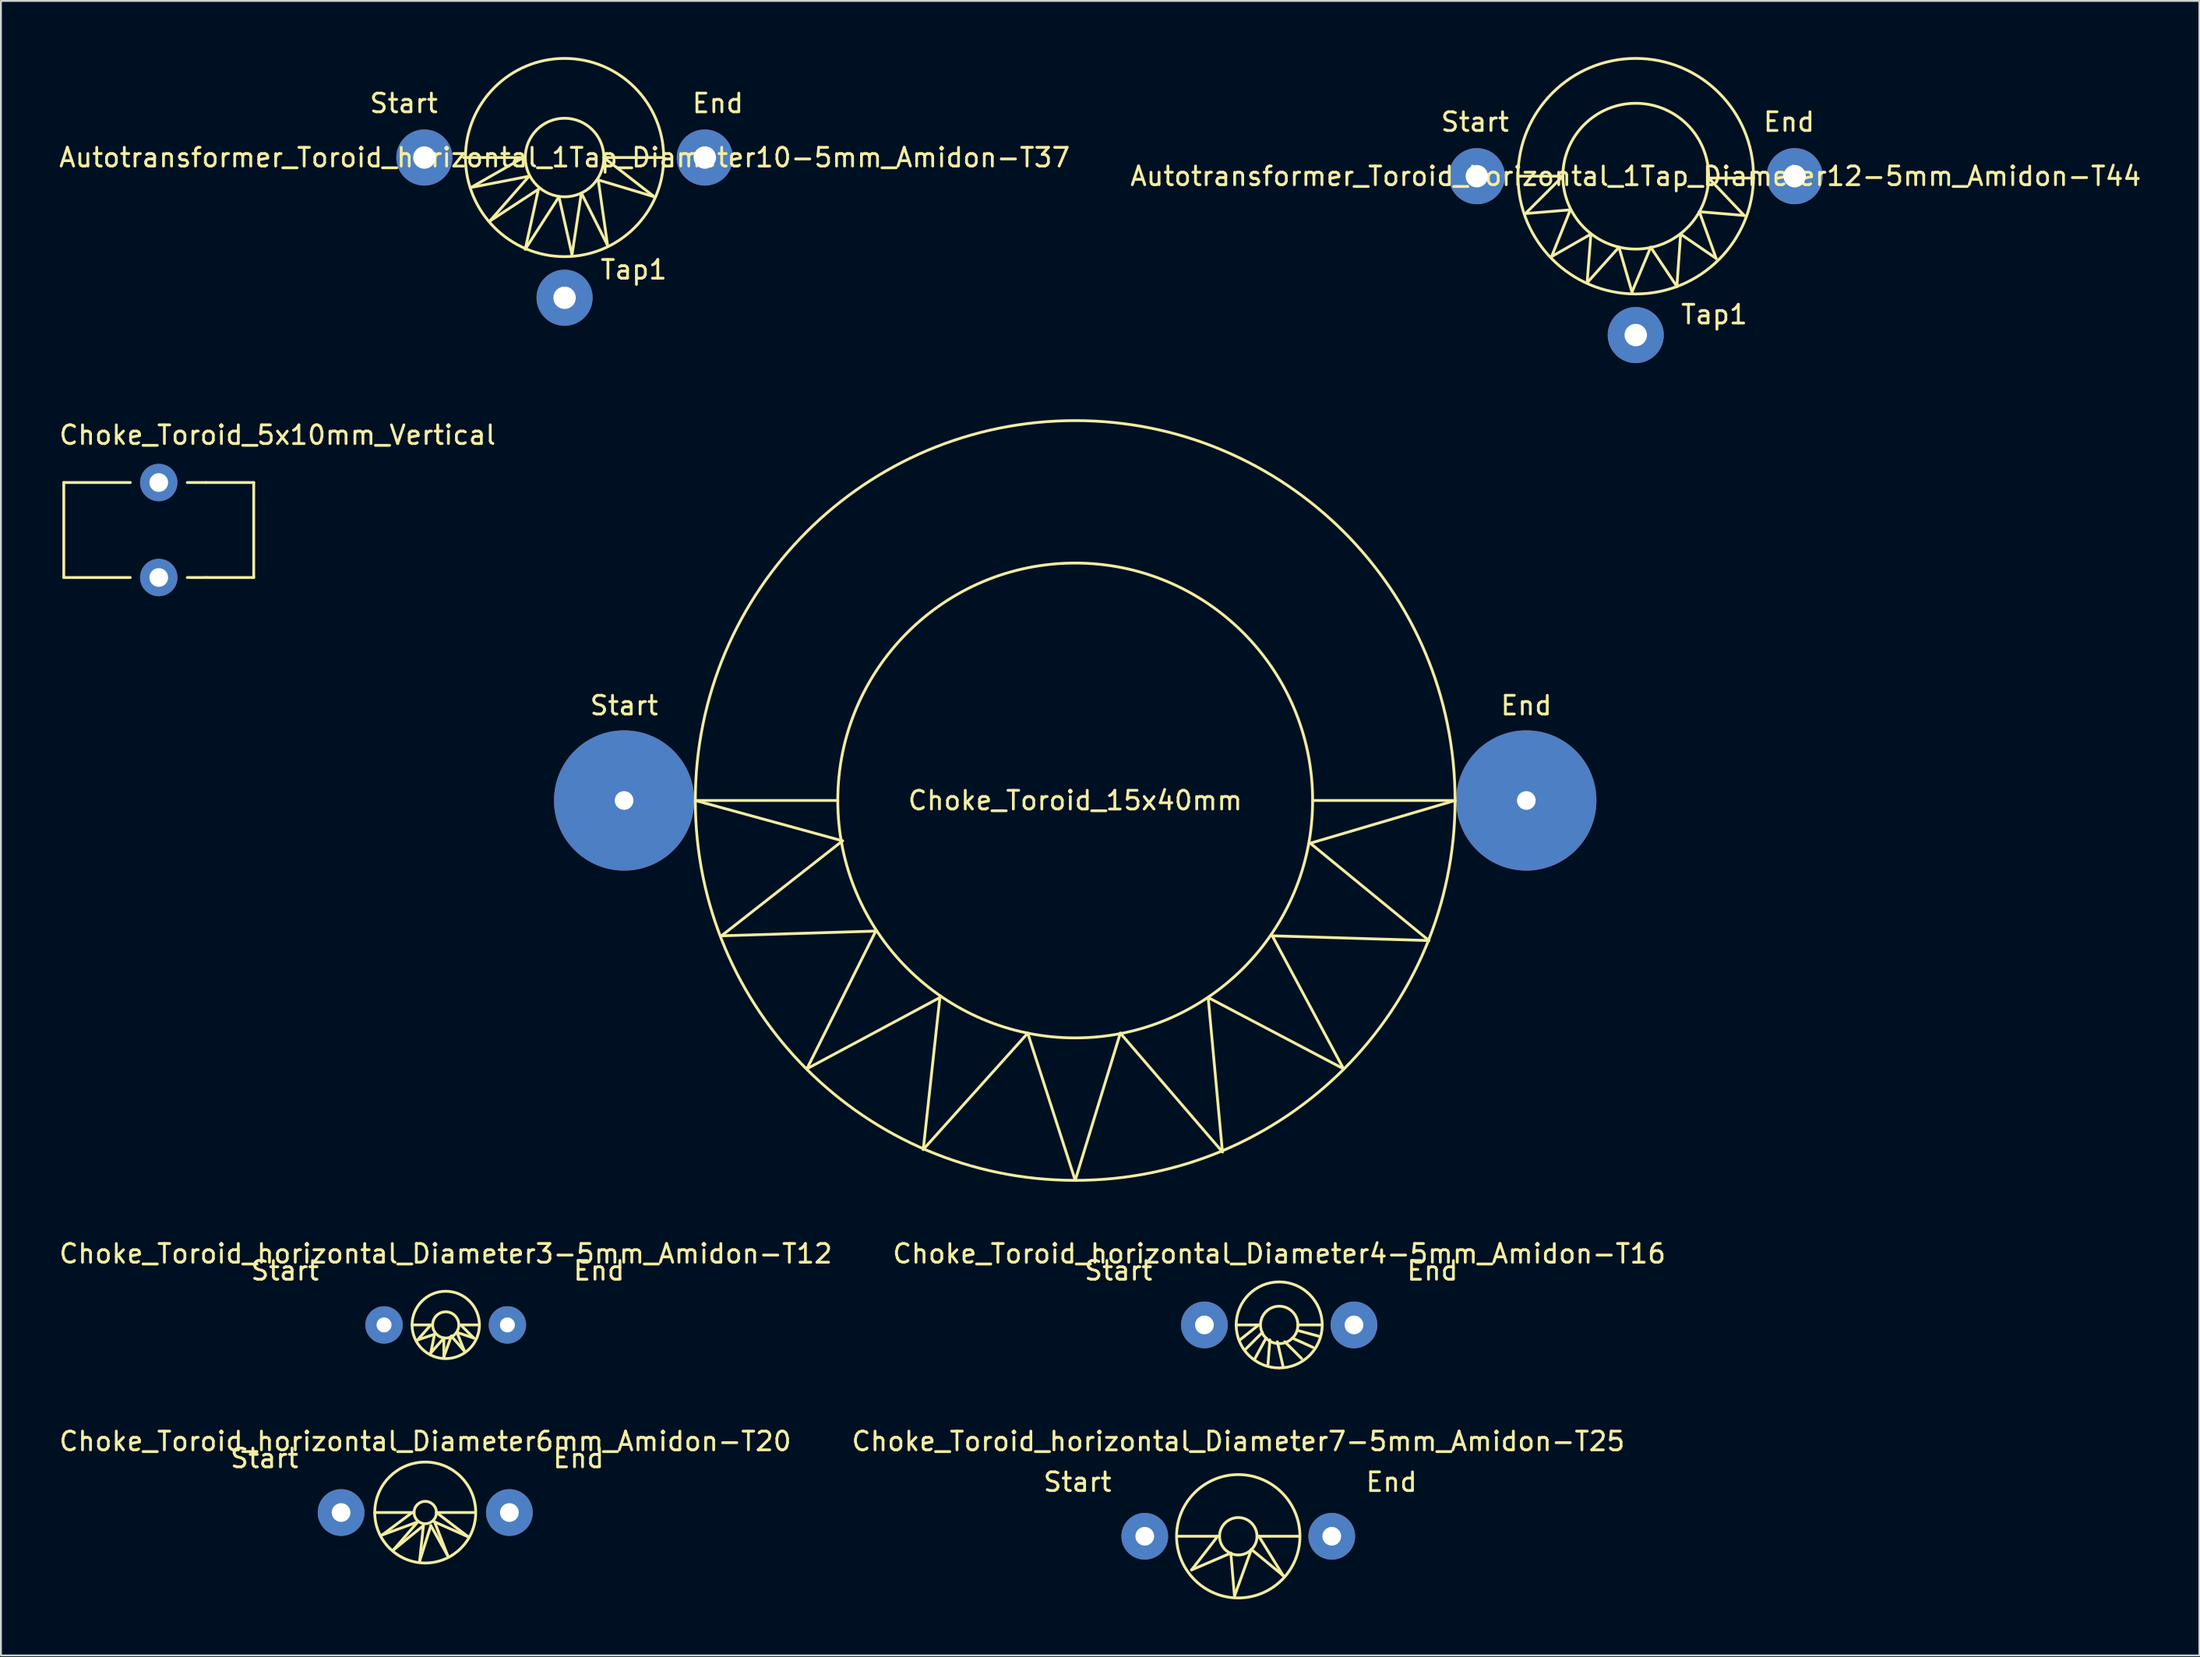
<source format=kicad_pcb>
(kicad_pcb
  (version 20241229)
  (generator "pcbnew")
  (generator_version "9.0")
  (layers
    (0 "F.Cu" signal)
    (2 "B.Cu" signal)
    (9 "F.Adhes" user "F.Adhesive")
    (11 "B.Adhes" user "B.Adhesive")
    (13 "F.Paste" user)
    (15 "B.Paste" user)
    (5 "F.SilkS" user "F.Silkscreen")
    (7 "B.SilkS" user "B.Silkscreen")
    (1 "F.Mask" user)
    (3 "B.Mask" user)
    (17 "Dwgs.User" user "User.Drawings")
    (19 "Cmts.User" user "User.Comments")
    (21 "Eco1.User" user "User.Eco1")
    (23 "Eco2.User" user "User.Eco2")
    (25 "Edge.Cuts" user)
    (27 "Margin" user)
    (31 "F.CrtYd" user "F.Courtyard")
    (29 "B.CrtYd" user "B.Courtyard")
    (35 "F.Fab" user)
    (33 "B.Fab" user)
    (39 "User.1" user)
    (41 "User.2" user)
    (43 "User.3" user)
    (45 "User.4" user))
  (footprint "Choke_Toroid_5x10mm_Vertical"
    (layer "F.Cu")
    (at 0.362 27.841)
    (property "Reference" "Choke_Toroid_5x10mm_Vertical" (at 11.43 -7.62 0) (layer "F.SilkS") (effects (font (size 1 1) (thickness 0.15))))
    (attr through_hole)
    (fp_line (start 0 -5.08) (end 0 0) (stroke (width 0.15) (type solid)) (layer "F.SilkS"))
    (fp_line (start 0 -5.08) (end 3.556 -5.08) (stroke (width 0.15) (type solid)) (layer "F.SilkS"))
    (fp_line (start 0 0) (end 3.556 0) (stroke (width 0.15) (type solid)) (layer "F.SilkS"))
    (fp_line (start 7.62 -5.08) (end 6.604 -5.08) (stroke (width 0.15) (type solid)) (layer "F.SilkS"))
    (fp_line (start 7.62 0) (end 6.604 0) (stroke (width 0.15) (type solid)) (layer "F.SilkS"))
    (fp_line (start 10.16 -5.08) (end 7.62 -5.08) (stroke (width 0.15) (type solid)) (layer "F.SilkS"))
    (fp_line (start 10.16 0) (end 7.62 0) (stroke (width 0.15) (type solid)) (layer "F.SilkS"))
    (fp_line (start 10.16 0) (end 10.16 -5.08) (stroke (width 0.15) (type solid)) (layer "F.SilkS"))
    (pad "1" thru_hole circle (at 5.08 0) (size 1.999 1.999) (drill 1.001) (layers "*.Cu" "*.Mask"))
    (pad "2" thru_hole circle (at 5.08 -5.08) (size 1.999 1.999) (drill 1.001) (layers "*.Cu" "*.Mask")))
  (footprint "Choke_Toroid_horizontal_Diameter7-5mm_Amidon-T25"
    (layer "F.Cu")
    (at 63.185 79.126)
    (property "Reference" "Choke_Toroid_horizontal_Diameter7-5mm_Amidon-T25" (at 0 -5.08 0) (layer "F.SilkS") (effects (font (size 1 1) (thickness 0.15))))
    (attr through_hole)
    (fp_line (start -3.2 0) (end -1.1 0) (stroke (width 0.15) (type solid)) (layer "F.SilkS"))
    (fp_line (start -2.499 1.801) (end -0.399 0.899) (stroke (width 0.15) (type solid)) (layer "F.SilkS"))
    (fp_line (start -1.1 0) (end -2.499 1.801) (stroke (width 0.15) (type solid)) (layer "F.SilkS"))
    (fp_line (start -0.399 0.899) (end -0.201 3.2) (stroke (width 0.15) (type solid)) (layer "F.SilkS"))
    (fp_line (start -0.201 3.2) (end 0.701 0.701) (stroke (width 0.15) (type solid)) (layer "F.SilkS"))
    (fp_line (start 0.701 0.701) (end 2.4 2.101) (stroke (width 0.15) (type solid)) (layer "F.SilkS"))
    (fp_line (start 1.1 0) (end 3.2 0) (stroke (width 0.15) (type solid)) (layer "F.SilkS"))
    (fp_line (start 2.4 2.101) (end 1.1 0) (stroke (width 0.15) (type solid)) (layer "F.SilkS"))
    (fp_circle (center 0 0) (end 1.001 0) (stroke (width 0.15) (type solid)) (fill no) (layer "F.SilkS"))
    (fp_circle (center 0 0) (end 3.299 0) (stroke (width 0.15) (type solid)) (fill no) (layer "F.SilkS"))
    (fp_text user "Start" (at -8.6 -2.901 0) (layer "F.SilkS") (effects (font (size 1 1) (thickness 0.15))))
    (fp_text user "End" (at 8.199 -2.901 0) (layer "F.SilkS") (effects (font (size 1 1) (thickness 0.15))))
    (pad "1" thru_hole circle (at -5.001 0) (size 2.499 2.499) (drill 1.001) (layers "*.Cu" "*.Mask"))
    (pad "2" thru_hole circle (at 5.001 0) (size 2.499 2.499) (drill 1.001) (layers "*.Cu" "*.Mask")))
  (footprint "Choke_Toroid_horizontal_Diameter4-5mm_Amidon-T16"
    (layer "F.Cu")
    (at 65.375 67.821)
    (property "Reference" "Choke_Toroid_horizontal_Diameter4-5mm_Amidon-T16" (at 0 -3.81 0) (layer "F.SilkS") (effects (font (size 1 1) (thickness 0.15))))
    (attr through_hole)
    (fp_line (start -2.301 0) (end -1.1 0) (stroke (width 0.15) (type solid)) (layer "F.SilkS"))
    (fp_line (start -1.1 0) (end -2.101 0.8) (stroke (width 0.15) (type solid)) (layer "F.SilkS"))
    (fp_line (start -0.899 0.399) (end -1.801 1.3) (stroke (width 0.15) (type solid)) (layer "F.SilkS"))
    (fp_line (start -0.701 0.701) (end -1.3 1.801) (stroke (width 0.15) (type solid)) (layer "F.SilkS"))
    (fp_line (start -0.5 0.8) (end -0.599 2.101) (stroke (width 0.15) (type solid)) (layer "F.SilkS"))
    (fp_line (start -0.099 0.899) (end 0.201 2.2) (stroke (width 0.15) (type solid)) (layer "F.SilkS"))
    (fp_line (start 0.3 0.899) (end 1.199 1.801) (stroke (width 0.15) (type solid)) (layer "F.SilkS"))
    (fp_line (start 0.701 0.701) (end 1.801 1.199) (stroke (width 0.15) (type solid)) (layer "F.SilkS"))
    (fp_line (start 1.001 0) (end 2.2 0) (stroke (width 0.15) (type solid)) (layer "F.SilkS"))
    (fp_line (start 1.001 0.3) (end 2.101 0.599) (stroke (width 0.15) (type solid)) (layer "F.SilkS"))
    (fp_circle (center 0 0) (end 1.001 0) (stroke (width 0.15) (type solid)) (fill no) (layer "F.SilkS"))
    (fp_circle (center 0 0) (end 2.301 0) (stroke (width 0.15) (type solid)) (fill no) (layer "F.SilkS"))
    (fp_text user "End" (at 8.199 -2.901 0) (layer "F.SilkS") (effects (font (size 1 1) (thickness 0.15))))
    (fp_text user "Start" (at -8.6 -2.901 0) (layer "F.SilkS") (effects (font (size 1 1) (thickness 0.15))))
    (pad "1" thru_hole circle (at -4 0) (size 2.499 2.499) (drill 1.001) (layers "*.Cu" "*.Mask"))
    (pad "2" thru_hole circle (at 4 0) (size 2.499 2.499) (drill 1.001) (layers "*.Cu" "*.Mask")))
  (footprint "Autotransformer_Toroid_horizontal_1Tap_Diameter10-5mm_Amidon-T37"
    (layer "F.Cu")
    (at 27.149 5.376)
    (property "Reference" "Autotransformer_Toroid_horizontal_1Tap_Diameter10-5mm_Amidon-T37" (at 0 0 0) (layer "F.SilkS") (effects (font (size 1 1) (thickness 0.15))))
    (attr through_hole)
    (fp_line (start -5.4 0) (end -2.2 0) (stroke (width 0.15) (type solid)) (layer "F.SilkS"))
    (fp_line (start -5.001 1.6) (end -1.9 1.001) (stroke (width 0.15) (type solid)) (layer "F.SilkS"))
    (fp_line (start -4 3.401) (end -1.4 1.699) (stroke (width 0.15) (type solid)) (layer "F.SilkS"))
    (fp_line (start -2.2 0) (end -5.001 1.6) (stroke (width 0.15) (type solid)) (layer "F.SilkS"))
    (fp_line (start -2.101 4.9) (end -0.3 2.101) (stroke (width 0.15) (type solid)) (layer "F.SilkS"))
    (fp_line (start -1.9 1.001) (end -4 3.401) (stroke (width 0.15) (type solid)) (layer "F.SilkS"))
    (fp_line (start -1.4 1.699) (end -2.101 4.9) (stroke (width 0.15) (type solid)) (layer "F.SilkS"))
    (fp_line (start -0.3 2.101) (end 0.399 5.199) (stroke (width 0.15) (type solid)) (layer "F.SilkS"))
    (fp_line (start 0.399 5.199) (end 0.899 1.9) (stroke (width 0.15) (type solid)) (layer "F.SilkS"))
    (fp_line (start 0.899 1.9) (end 2.301 4.699) (stroke (width 0.15) (type solid)) (layer "F.SilkS"))
    (fp_line (start 1.801 1.199) (end 4.801 2.101) (stroke (width 0.15) (type solid)) (layer "F.SilkS"))
    (fp_line (start 2.101 0) (end 5.301 0) (stroke (width 0.15) (type solid)) (layer "F.SilkS"))
    (fp_line (start 2.301 4.699) (end 1.801 1.199) (stroke (width 0.15) (type solid)) (layer "F.SilkS"))
    (fp_line (start 4.801 2.101) (end 2.101 0) (stroke (width 0.15) (type solid)) (layer "F.SilkS"))
    (fp_circle (center 0 0) (end 2.101 0) (stroke (width 0.15) (type solid)) (fill no) (layer "F.SilkS"))
    (fp_circle (center 0 0) (end 5.301 0) (stroke (width 0.15) (type solid)) (fill no) (layer "F.SilkS"))
    (fp_text user "Start" (at -8.6 -2.901 0) (layer "F.SilkS") (effects (font (size 1 1) (thickness 0.15))))
    (fp_text user "Tap1" (at 3.701 5.999 0) (layer "F.SilkS") (effects (font (size 1 1) (thickness 0.15))))
    (fp_text user "End" (at 8.199 -2.901 0) (layer "F.SilkS") (effects (font (size 1 1) (thickness 0.15))))
    (pad "1" thru_hole circle (at -7.501 0) (size 3 3) (drill 1.199) (layers "*.Cu" "*.Mask"))
    (pad "2" thru_hole circle (at 0 7.501) (size 3 3) (drill 1.199) (layers "*.Cu" "*.Mask"))
    (pad "3" thru_hole circle (at 7.501 0) (size 3 3) (drill 1.199) (layers "*.Cu" "*.Mask")))
  (footprint "Autotransformer_Toroid_horizontal_1Tap_Diameter12-5mm_Amidon-T44"
    (layer "F.Cu")
    (at 84.446 6.374)
    (property "Reference" "Autotransformer_Toroid_horizontal_1Tap_Diameter12-5mm_Amidon-T44" (at 0 0 0) (layer "F.SilkS") (effects (font (size 1 1) (thickness 0.15))))
    (attr through_hole)
    (fp_line (start -6.2 0) (end -3.899 0) (stroke (width 0.15) (type solid)) (layer "F.SilkS"))
    (fp_line (start -5.9 1.999) (end -3.5 1.801) (stroke (width 0.15) (type solid)) (layer "F.SilkS"))
    (fp_line (start -4.501 4.3) (end -2.4 3.099) (stroke (width 0.15) (type solid)) (layer "F.SilkS"))
    (fp_line (start -3.899 0) (end -5.9 1.999) (stroke (width 0.15) (type solid)) (layer "F.SilkS"))
    (fp_line (start -3.5 1.801) (end -4.501 4.3) (stroke (width 0.15) (type solid)) (layer "F.SilkS"))
    (fp_line (start -2.601 5.7) (end -0.899 3.8) (stroke (width 0.15) (type solid)) (layer "F.SilkS"))
    (fp_line (start -2.4 3.099) (end -2.601 5.7) (stroke (width 0.15) (type solid)) (layer "F.SilkS"))
    (fp_line (start -0.899 3.8) (end -0.201 6.2) (stroke (width 0.15) (type solid)) (layer "F.SilkS"))
    (fp_line (start -0.201 6.2) (end 0.8 3.8) (stroke (width 0.15) (type solid)) (layer "F.SilkS"))
    (fp_line (start 0.8 3.8) (end 2.2 5.9) (stroke (width 0.15) (type solid)) (layer "F.SilkS"))
    (fp_line (start 2.2 5.9) (end 2.4 3.099) (stroke (width 0.15) (type solid)) (layer "F.SilkS"))
    (fp_line (start 2.4 3.099) (end 4.3 4.399) (stroke (width 0.15) (type solid)) (layer "F.SilkS"))
    (fp_line (start 3.401 1.9) (end 5.799 2.101) (stroke (width 0.15) (type solid)) (layer "F.SilkS"))
    (fp_line (start 3.899 0.099) (end 6.299 0.099) (stroke (width 0.15) (type solid)) (layer "F.SilkS"))
    (fp_line (start 4.3 4.399) (end 3.401 1.9) (stroke (width 0.15) (type solid)) (layer "F.SilkS"))
    (fp_line (start 5.799 2.101) (end 3.899 0.099) (stroke (width 0.15) (type solid)) (layer "F.SilkS"))
    (fp_circle (center 0 0) (end 3.899 0) (stroke (width 0.15) (type solid)) (fill no) (layer "F.SilkS"))
    (fp_circle (center 0 0) (end 6.299 0) (stroke (width 0.15) (type solid)) (fill no) (layer "F.SilkS"))
    (fp_text user "Start" (at -8.6 -2.901 0) (layer "F.SilkS") (effects (font (size 1 1) (thickness 0.15))))
    (fp_text user "End" (at 8.199 -2.901 0) (layer "F.SilkS") (effects (font (size 1 1) (thickness 0.15))))
    (fp_text user "Tap1" (at 4.201 7.399 0) (layer "F.SilkS") (effects (font (size 1 1) (thickness 0.15))))
    (pad "1" thru_hole circle (at -8.499 0) (size 3 3) (drill 1.199) (layers "*.Cu" "*.Mask"))
    (pad "2" thru_hole circle (at 0 8.499) (size 3 3) (drill 1.199) (layers "*.Cu" "*.Mask"))
    (pad "3" thru_hole circle (at 8.499 0) (size 3 3) (drill 1.199) (layers "*.Cu" "*.Mask")))
  (footprint "Choke_Toroid_horizontal_Diameter6mm_Amidon-T20"
    (layer "F.Cu")
    (at 19.696 77.856)
    (property "Reference" "Choke_Toroid_horizontal_Diameter6mm_Amidon-T20" (at 0 -3.81 0) (layer "F.SilkS") (effects (font (size 1 1) (thickness 0.15))))
    (attr through_hole)
    (fp_line (start -2.7 0) (end -0.599 0) (stroke (width 0.15) (type solid)) (layer "F.SilkS"))
    (fp_line (start -2.301 1.199) (end -0.399 0.5) (stroke (width 0.15) (type solid)) (layer "F.SilkS"))
    (fp_line (start -1.699 1.999) (end -0.099 0.701) (stroke (width 0.15) (type solid)) (layer "F.SilkS"))
    (fp_line (start -0.701 0) (end -2.301 1.199) (stroke (width 0.15) (type solid)) (layer "F.SilkS"))
    (fp_line (start -0.399 0.5) (end -1.699 1.999) (stroke (width 0.15) (type solid)) (layer "F.SilkS"))
    (fp_line (start -0.3 2.601) (end 0.3 0.701) (stroke (width 0.15) (type solid)) (layer "F.SilkS"))
    (fp_line (start -0.099 0.701) (end -0.3 2.601) (stroke (width 0.15) (type solid)) (layer "F.SilkS"))
    (fp_line (start 0.3 0.701) (end 1.199 2.301) (stroke (width 0.15) (type solid)) (layer "F.SilkS"))
    (fp_line (start 0.5 0.5) (end 2.301 1.3) (stroke (width 0.15) (type solid)) (layer "F.SilkS"))
    (fp_line (start 0.599 0) (end 2.601 0) (stroke (width 0.15) (type solid)) (layer "F.SilkS"))
    (fp_line (start 1.199 2.301) (end 0.5 0.5) (stroke (width 0.15) (type solid)) (layer "F.SilkS"))
    (fp_line (start 2.301 1.3) (end 0.599 0) (stroke (width 0.15) (type solid)) (layer "F.SilkS"))
    (fp_circle (center 0 0) (end 0.599 0) (stroke (width 0.15) (type solid)) (fill no) (layer "F.SilkS"))
    (fp_circle (center 0 0) (end 2.7 0) (stroke (width 0.15) (type solid)) (fill no) (layer "F.SilkS"))
    (fp_text user "Start" (at -8.6 -2.901 0) (layer "F.SilkS") (effects (font (size 1 1) (thickness 0.15))))
    (fp_text user "End" (at 8.199 -2.901 0) (layer "F.SilkS") (effects (font (size 1 1) (thickness 0.15))))
    (pad "1" thru_hole circle (at -4.501 0) (size 2.499 2.499) (drill 1.001) (layers "*.Cu" "*.Mask"))
    (pad "2" thru_hole circle (at 4.501 0) (size 2.499 2.499) (drill 1.001) (layers "*.Cu" "*.Mask")))
  (footprint "Choke_Toroid_15x40mm"
    (layer "F.Cu")
    (at 54.463 39.768)
    (property "Reference" "Choke_Toroid_15x40mm" (at 0 0 0) (layer "F.SilkS") (effects (font (size 1 1) (thickness 0.15))))
    (attr through_hole)
    (fp_line (start -20.32 0) (end -12.446 2.159) (stroke (width 0.15) (type solid)) (layer "F.SilkS"))
    (fp_line (start -18.923 7.239) (end -10.668 6.985) (stroke (width 0.15) (type solid)) (layer "F.SilkS"))
    (fp_line (start -14.351 14.351) (end -7.239 10.541) (stroke (width 0.15) (type solid)) (layer "F.SilkS"))
    (fp_line (start -12.7 0) (end -20.32 0) (stroke (width 0.15) (type solid)) (layer "F.SilkS"))
    (fp_line (start -12.446 2.159) (end -18.923 7.239) (stroke (width 0.15) (type solid)) (layer "F.SilkS"))
    (fp_line (start -10.668 6.985) (end -14.351 14.351) (stroke (width 0.15) (type solid)) (layer "F.SilkS"))
    (fp_line (start -8.128 18.669) (end -2.54 12.446) (stroke (width 0.15) (type solid)) (layer "F.SilkS"))
    (fp_line (start -7.239 10.541) (end -8.128 18.669) (stroke (width 0.15) (type solid)) (layer "F.SilkS"))
    (fp_line (start -2.54 12.446) (end 0 20.32) (stroke (width 0.15) (type solid)) (layer "F.SilkS"))
    (fp_line (start 0 20.32) (end 2.413 12.446) (stroke (width 0.15) (type solid)) (layer "F.SilkS"))
    (fp_line (start 2.413 12.446) (end 7.874 18.796) (stroke (width 0.15) (type solid)) (layer "F.SilkS"))
    (fp_line (start 7.112 10.541) (end 14.351 14.351) (stroke (width 0.15) (type solid)) (layer "F.SilkS"))
    (fp_line (start 7.874 18.796) (end 7.112 10.541) (stroke (width 0.15) (type solid)) (layer "F.SilkS"))
    (fp_line (start 10.541 7.239) (end 18.923 7.493) (stroke (width 0.15) (type solid)) (layer "F.SilkS"))
    (fp_line (start 12.573 2.286) (end 20.32 0) (stroke (width 0.15) (type solid)) (layer "F.SilkS"))
    (fp_line (start 14.351 14.351) (end 10.541 7.239) (stroke (width 0.15) (type solid)) (layer "F.SilkS"))
    (fp_line (start 18.923 7.493) (end 12.573 2.286) (stroke (width 0.15) (type solid)) (layer "F.SilkS"))
    (fp_line (start 20.32 0) (end 12.7 0) (stroke (width 0.15) (type solid)) (layer "F.SilkS"))
    (fp_circle (center 0 0) (end -20.32 0) (stroke (width 0.15) (type solid)) (fill no) (layer "F.SilkS"))
    (fp_circle (center 0 0) (end -12.7 0) (stroke (width 0.15) (type solid)) (fill no) (layer "F.SilkS"))
    (fp_text user "End" (at 24.13 -5.08 0) (layer "F.SilkS") (effects (font (size 1 1) (thickness 0.15))))
    (fp_text user "Start" (at -24.13 -5.08 0) (layer "F.SilkS") (effects (font (size 1 1) (thickness 0.15))))
    (pad "1" thru_hole circle (at -24.13 0) (size 7.5 7.5) (drill 1) (layers "*.Cu" "*.Mask"))
    (pad "2" thru_hole circle (at 24.13 0) (size 7.5 7.5) (drill 1) (layers "*.Cu" "*.Mask")))
  (footprint "Choke_Toroid_horizontal_Diameter3-5mm_Amidon-T12"
    (layer "F.Cu")
    (at 20.792 67.821)
    (property "Reference" "Choke_Toroid_horizontal_Diameter3-5mm_Amidon-T12" (at 0 -3.81 0) (layer "F.SilkS") (effects (font (size 1 1) (thickness 0.15))))
    (attr through_hole)
    (fp_line (start -1.801 0) (end -0.8 0) (stroke (width 0.15) (type solid)) (layer "F.SilkS"))
    (fp_line (start -1.501 0.8) (end -0.599 0.5) (stroke (width 0.15) (type solid)) (layer "F.SilkS"))
    (fp_line (start -0.8 0) (end -1.501 0.8) (stroke (width 0.15) (type solid)) (layer "F.SilkS"))
    (fp_line (start -0.8 1.501) (end -0.099 0.701) (stroke (width 0.15) (type solid)) (layer "F.SilkS"))
    (fp_line (start -0.599 0.5) (end -0.8 1.501) (stroke (width 0.15) (type solid)) (layer "F.SilkS"))
    (fp_line (start -0.099 0.701) (end -0.099 1.699) (stroke (width 0.15) (type solid)) (layer "F.SilkS"))
    (fp_line (start -0.099 1.699) (end 0.3 0.599) (stroke (width 0.15) (type solid)) (layer "F.SilkS"))
    (fp_line (start 0.3 0.599) (end 1.001 1.4) (stroke (width 0.15) (type solid)) (layer "F.SilkS"))
    (fp_line (start 0.599 0.399) (end 1.501 0.701) (stroke (width 0.15) (type solid)) (layer "F.SilkS"))
    (fp_line (start 0.8 0) (end 1.699 0) (stroke (width 0.15) (type solid)) (layer "F.SilkS"))
    (fp_line (start 1.001 1.4) (end 0.599 0.399) (stroke (width 0.15) (type solid)) (layer "F.SilkS"))
    (fp_line (start 1.501 0.701) (end 0.8 0) (stroke (width 0.15) (type solid)) (layer "F.SilkS"))
    (fp_circle (center 0 0) (end 0.701 0) (stroke (width 0.15) (type solid)) (fill no) (layer "F.SilkS"))
    (fp_circle (center 0 0) (end 1.801 0) (stroke (width 0.15) (type solid)) (fill no) (layer "F.SilkS"))
    (fp_text user "End" (at 8.199 -2.901 0) (layer "F.SilkS") (effects (font (size 1 1) (thickness 0.15))))
    (fp_text user "Start" (at -8.6 -2.901 0) (layer "F.SilkS") (effects (font (size 1 1) (thickness 0.15))))
    (pad "1" thru_hole circle (at -3.299 0) (size 1.999 1.999) (drill 0.8) (layers "*.Cu" "*.Mask"))
    (pad "2" thru_hole circle (at 3.299 0) (size 1.999 1.999) (drill 0.8) (layers "*.Cu" "*.Mask")))
  (gr_rect
    (start -3 -3)
    (end 114.595 85.5)
    (stroke (width 0.1) (type default))
    (fill no)
    (layer "Edge.Cuts")))
</source>
